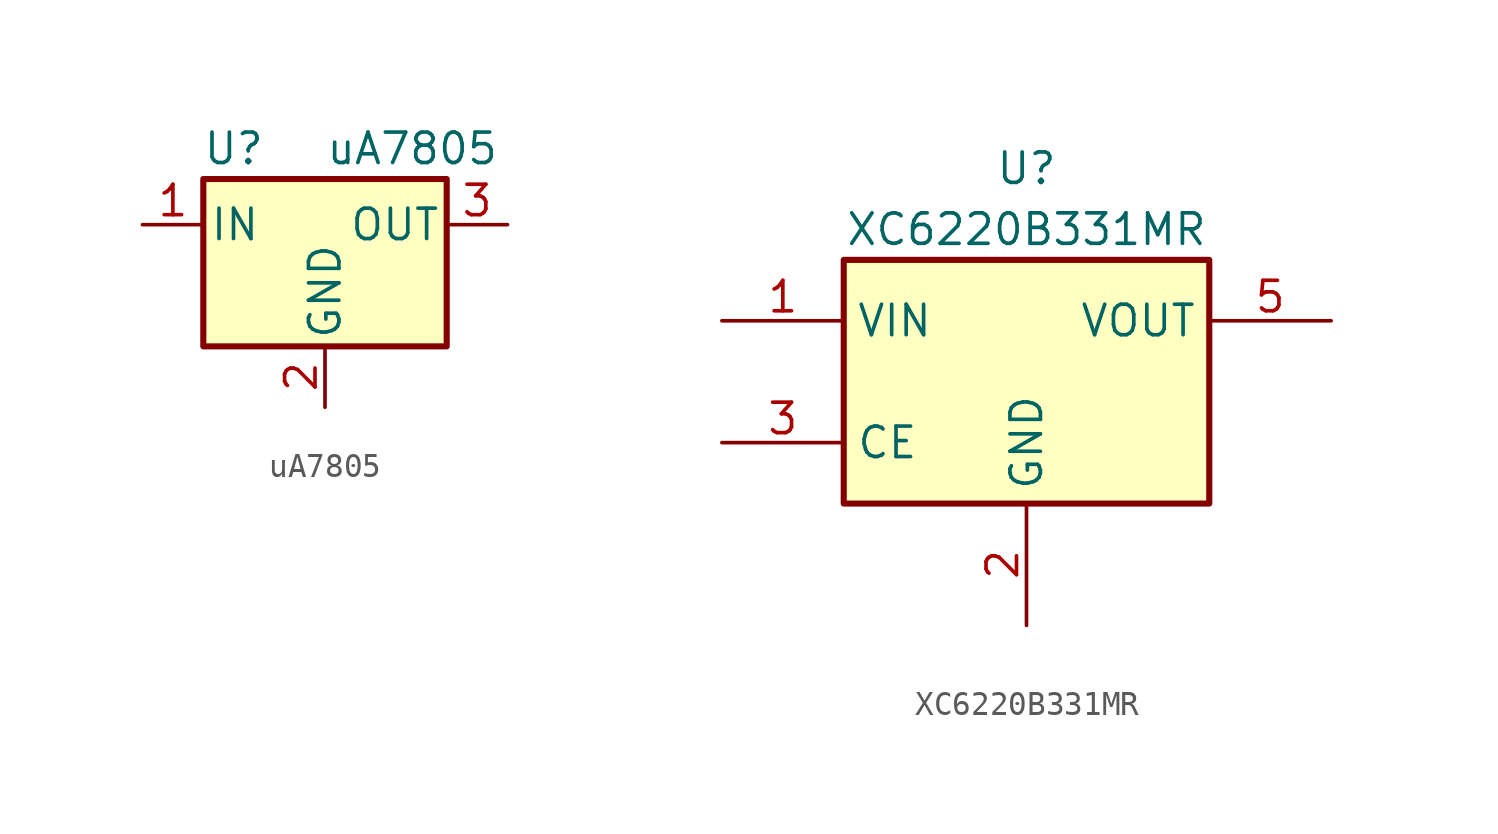
<source format=kicad_sym>
(kicad_symbol_lib
  (version 20200908)
  (generator kicad_symbol_editor)
  (symbol "Regulator_Linear:uA7805"
    (pin_names
      (offset 0.254))
    (property "Reference" "U"
      (at -3.81 3.175 0)
      (effects (font (size 1.27 1.27))))
    (property "Value" "uA7805"
      (at 0 3.175 0)
      (effects (font (size 1.27 1.27)) (justify left)))
    (symbol "uA7805_0_1"
      (rectangle (start -5.08 1.905) (end 5.08 -5.08) (stroke (width 0.254)) (fill (type background))))
    (symbol "uA7805_1_1"
      (pin power_in line (at -7.62 0 0) (length 2.54) (name "IN" (effects (font (size 1.27 1.27)))) (number "1" (effects (font (size 1.27 1.27)))))
      (pin power_in line (at 0 -7.62 90) (length 2.54) (name "GND" (effects (font (size 1.27 1.27)))) (number "2" (effects (font (size 1.27 1.27)))))
      (pin power_out line (at 7.62 0 180) (length 2.54) (name "OUT" (effects (font (size 1.27 1.27)))) (number "3" (effects (font (size 1.27 1.27)))))))
  (symbol "Regulator_Linear:XC6220B331MR"
    (property "Reference" "U"
      (at 0 8.89 0)
      (effects (font (size 1.27 1.27))))
    (property "Value" "XC6220B331MR"
      (at 0 6.35 0)
      (effects (font (size 1.27 1.27))))
    (symbol "XC6220B331MR_0_1"
      (rectangle (start -7.62 5.08) (end 7.62 -5.08) (stroke (width 0.254)) (fill (type background))))
    (symbol "XC6220B331MR_1_1"
      (pin power_in line (at -12.7 2.54 0) (length 5.08) (name "VIN" (effects (font (size 1.27 1.27)))) (number "1" (effects (font (size 1.27 1.27)))))
      (pin power_in line (at 0 -10.16 90) (length 5.08) (name "GND" (effects (font (size 1.27 1.27)))) (number "2" (effects (font (size 1.27 1.27)))))
      (pin input line (at -12.7 -2.54 0) (length 5.08) (name "CE" (effects (font (size 1.27 1.27)))) (number "3" (effects (font (size 1.27 1.27)))))
      (pin unconnected line (at 12.7 -2.54 180) (length 5.08) hide (name "NC" (effects (font (size 1.27 1.27)))) (number "4" (effects (font (size 1.27 1.27)))))
      (pin power_out line (at 12.7 2.54 180) (length 5.08) (name "VOUT" (effects (font (size 1.27 1.27)))) (number "5" (effects (font (size 1.27 1.27))))))))
</source>
